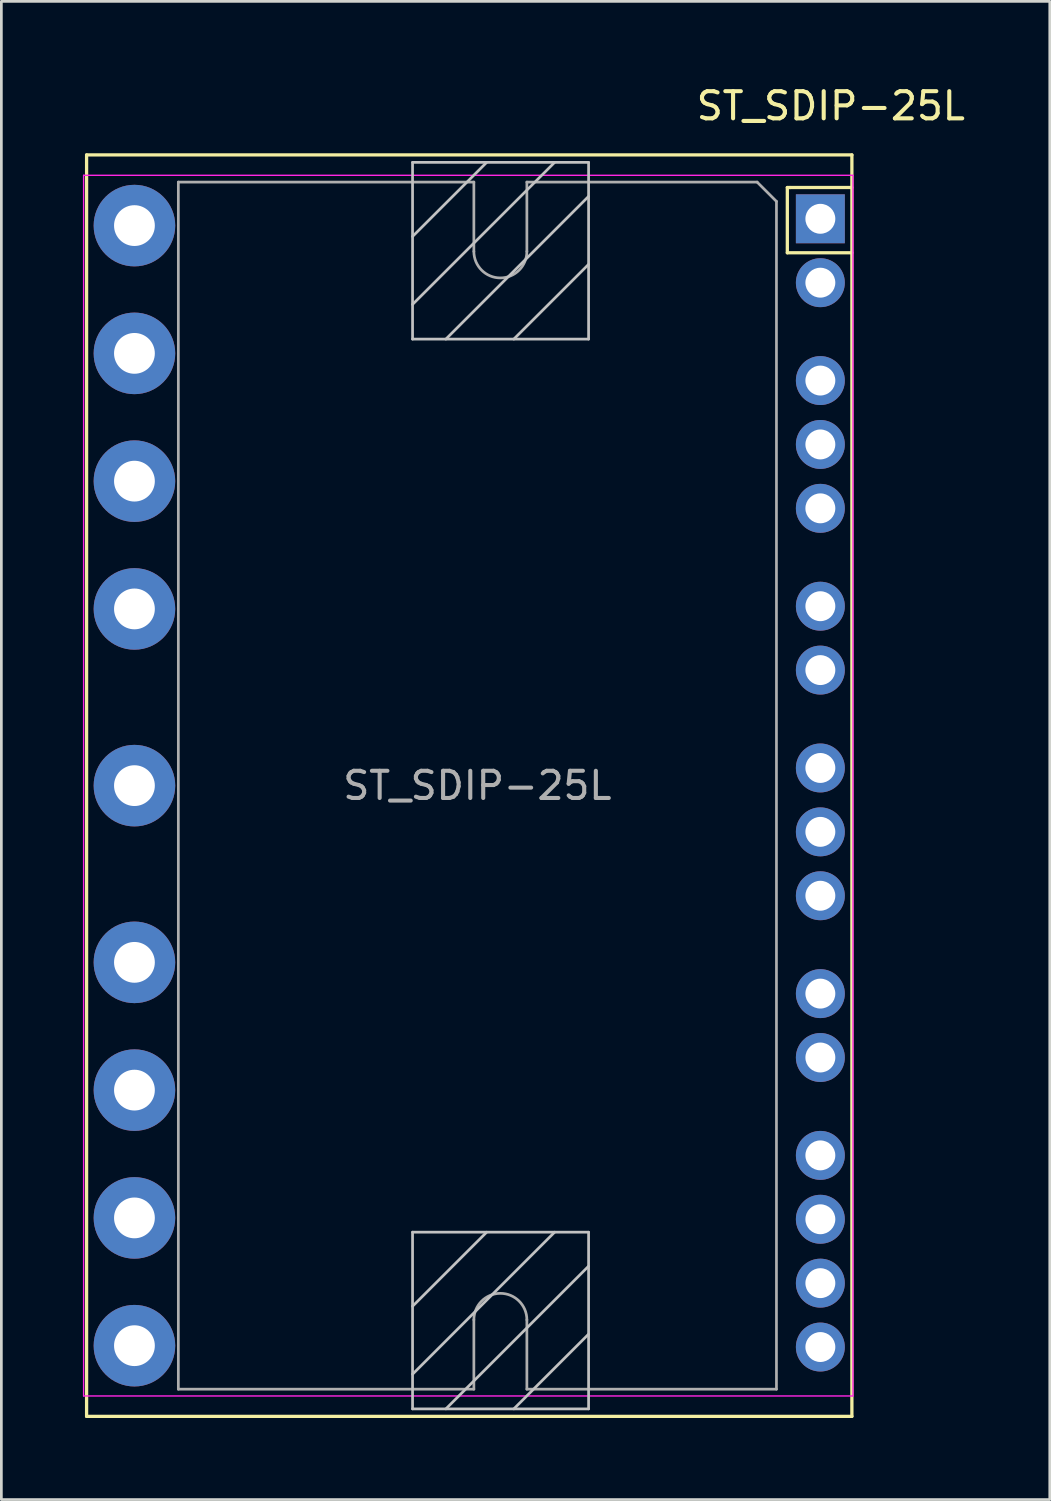
<source format=kicad_pcb>
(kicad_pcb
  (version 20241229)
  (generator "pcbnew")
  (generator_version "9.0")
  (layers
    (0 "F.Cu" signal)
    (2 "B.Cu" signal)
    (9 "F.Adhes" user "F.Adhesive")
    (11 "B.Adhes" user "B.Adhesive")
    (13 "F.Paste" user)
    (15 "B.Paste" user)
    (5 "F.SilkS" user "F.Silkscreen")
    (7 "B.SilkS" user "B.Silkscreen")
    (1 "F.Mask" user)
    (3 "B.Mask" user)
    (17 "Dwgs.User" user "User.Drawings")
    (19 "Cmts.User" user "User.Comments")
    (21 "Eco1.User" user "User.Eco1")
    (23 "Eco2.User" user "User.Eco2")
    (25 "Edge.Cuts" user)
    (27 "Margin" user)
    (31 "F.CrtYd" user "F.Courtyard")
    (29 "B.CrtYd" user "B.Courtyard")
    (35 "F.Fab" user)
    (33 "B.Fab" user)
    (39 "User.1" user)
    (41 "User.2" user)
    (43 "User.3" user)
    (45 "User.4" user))
  (footprint "ST_SDIP-25L"
    (layer "F.Cu")
    (at 27.125 4.998)
    (property "Reference" "ST_SDIP-25L" (at 0.385 -4.15 180) (layer "F.SilkS") (effects (font (size 1 1) (thickness 0.15))))
    (attr through_hole)
    (fp_line (start -26.99 -2.35) (end 1.16 -2.35) (stroke (width 0.12) (type solid)) (layer "F.SilkS"))
    (fp_line (start -26.99 44.05) (end -26.99 -2.35) (stroke (width 0.12) (type solid)) (layer "F.SilkS"))
    (fp_line (start -1.215 -1.15) (end -1.115 -1.15) (stroke (width 0.12) (type solid)) (layer "F.SilkS"))
    (fp_line (start -1.215 1.25) (end -1.215 -1.15) (stroke (width 0.12) (type solid)) (layer "F.SilkS"))
    (fp_line (start -1.115 -1.15) (end 1.16 -1.15) (stroke (width 0.12) (type solid)) (layer "F.SilkS"))
    (fp_line (start 1.16 -2.35) (end 1.16 44.05) (stroke (width 0.12) (type solid)) (layer "F.SilkS"))
    (fp_line (start 1.16 1.25) (end -1.215 1.25) (stroke (width 0.12) (type solid)) (layer "F.SilkS"))
    (fp_line (start 1.16 44.05) (end -26.99 44.05) (stroke (width 0.12) (type solid)) (layer "F.SilkS"))
    (fp_line (start -15 -2.075) (end -8.525 -2.075) (stroke (width 0.1) (type solid)) (layer "Dwgs.User"))
    (fp_line (start -15 0.65) (end -12.275 -2.075) (stroke (width 0.1) (type solid)) (layer "Dwgs.User"))
    (fp_line (start -15 3.15) (end -9.775 -2.075) (stroke (width 0.1) (type solid)) (layer "Dwgs.User"))
    (fp_line (start -15 4.425) (end -15 -2.075) (stroke (width 0.1) (type solid)) (layer "Dwgs.User"))
    (fp_line (start -15 37.275) (end -8.525 37.275) (stroke (width 0.1) (type solid)) (layer "Dwgs.User"))
    (fp_line (start -15 40) (end -12.275 37.275) (stroke (width 0.1) (type solid)) (layer "Dwgs.User"))
    (fp_line (start -15 42.5) (end -9.775 37.275) (stroke (width 0.1) (type solid)) (layer "Dwgs.User"))
    (fp_line (start -15 43.775) (end -15 37.275) (stroke (width 0.1) (type solid)) (layer "Dwgs.User"))
    (fp_line (start -13.775 4.425) (end -8.525 -0.825) (stroke (width 0.1) (type solid)) (layer "Dwgs.User"))
    (fp_line (start -13.775 43.775) (end -8.525 38.525) (stroke (width 0.1) (type solid)) (layer "Dwgs.User"))
    (fp_line (start -11.275 4.425) (end -8.525 1.675) (stroke (width 0.1) (type solid)) (layer "Dwgs.User"))
    (fp_line (start -11.275 43.775) (end -8.525 41.025) (stroke (width 0.1) (type solid)) (layer "Dwgs.User"))
    (fp_line (start -8.525 -2.075) (end -8.525 4.425) (stroke (width 0.1) (type solid)) (layer "Dwgs.User"))
    (fp_line (start -8.525 4.425) (end -15 4.425) (stroke (width 0.1) (type solid)) (layer "Dwgs.User"))
    (fp_line (start -8.525 37.275) (end -8.525 43.775) (stroke (width 0.1) (type solid)) (layer "Dwgs.User"))
    (fp_line (start -8.525 43.775) (end -15 43.775) (stroke (width 0.1) (type solid)) (layer "Dwgs.User"))
    (fp_line (start -27.1 -1.6) (end -27.1 43.3) (stroke (width 0.05) (type solid)) (layer "F.CrtYd"))
    (fp_line (start -27.1 -1.6) (end 1.2 -1.6) (stroke (width 0.05) (type solid)) (layer "F.CrtYd"))
    (fp_line (start -27.1 43.3) (end 1.2 43.3) (stroke (width 0.05) (type solid)) (layer "F.CrtYd"))
    (fp_line (start 1.2 -1.6) (end 1.2 43.3) (stroke (width 0.05) (type solid)) (layer "F.CrtYd"))
    (fp_line (start -23.615 -1.35) (end -23.615 43.05) (stroke (width 0.1) (type solid)) (layer "F.Fab"))
    (fp_line (start -12.745 -1.35) (end -23.615 -1.35) (stroke (width 0.1) (type solid)) (layer "F.Fab"))
    (fp_line (start -12.745 1.2) (end -12.745 -1.35) (stroke (width 0.1) (type solid)) (layer "F.Fab"))
    (fp_line (start -12.745 40.5) (end -12.745 43.05) (stroke (width 0.1) (type solid)) (layer "F.Fab"))
    (fp_line (start -12.745 43.05) (end -23.615 43.05) (stroke (width 0.1) (type solid)) (layer "F.Fab"))
    (fp_line (start -10.795 1.2) (end -10.795 -1.35) (stroke (width 0.1) (type solid)) (layer "F.Fab"))
    (fp_line (start -10.795 40.5) (end -10.795 43.05) (stroke (width 0.1) (type solid)) (layer "F.Fab"))
    (fp_line (start -2.325 -1.35) (end -10.795 -1.35) (stroke (width 0.1) (type solid)) (layer "F.Fab"))
    (fp_line (start -2.325 -1.35) (end -1.615 -0.64) (stroke (width 0.1) (type solid)) (layer "F.Fab"))
    (fp_line (start -1.615 43.05) (end -10.795 43.05) (stroke (width 0.1) (type solid)) (layer "F.Fab"))
    (fp_line (start -1.615 43.05) (end -1.615 -0.64) (stroke (width 0.1) (type solid)) (layer "F.Fab"))
    (fp_arc (start -12.745 40.5) (mid -11.77 39.525) (end -10.795 40.5) (stroke (width 0.1) (type solid)) (layer "F.Fab"))
    (fp_arc (start -10.795 1.2) (mid -11.77 2.175) (end -12.745 1.2) (stroke (width 0.1) (type solid)) (layer "F.Fab"))
    (fp_text user "${REFERENCE}" (at -12.615 20.849 180) (layer "F.Fab") (effects (font (size 1 1) (thickness 0.15))))
    (pad "1" thru_hole rect (at 0 0 270) (size 1.8 1.8) (drill 1.1) (layers "*.Cu" "*.Mask"))
    (pad "2" thru_hole circle (at 0 2.35 270) (size 1.8 1.8) (drill 1.1) (layers "*.Cu" "*.Mask"))
    (pad "3" thru_hole circle (at 0 5.95 270) (size 1.8 1.8) (drill 1.1) (layers "*.Cu" "*.Mask"))
    (pad "4" thru_hole circle (at 0 8.3 270) (size 1.8 1.8) (drill 1.1) (layers "*.Cu" "*.Mask"))
    (pad "5" thru_hole circle (at 0 10.65 270) (size 1.8 1.8) (drill 1.1) (layers "*.Cu" "*.Mask"))
    (pad "6" thru_hole circle (at 0 14.25 270) (size 1.8 1.8) (drill 1.1) (layers "*.Cu" "*.Mask"))
    (pad "7" thru_hole circle (at 0 16.6 270) (size 1.8 1.8) (drill 1.1) (layers "*.Cu" "*.Mask"))
    (pad "8" thru_hole circle (at 0 20.2 270) (size 1.8 1.8) (drill 1.1) (layers "*.Cu" "*.Mask"))
    (pad "9" thru_hole circle (at 0 22.55 270) (size 1.8 1.8) (drill 1.1) (layers "*.Cu" "*.Mask"))
    (pad "10" thru_hole circle (at 0 24.9 270) (size 1.8 1.8) (drill 1.1) (layers "*.Cu" "*.Mask"))
    (pad "11" thru_hole circle (at 0 28.5 270) (size 1.8 1.8) (drill 1.1) (layers "*.Cu" "*.Mask"))
    (pad "12" thru_hole circle (at 0 30.85 270) (size 1.8 1.8) (drill 1.1) (layers "*.Cu" "*.Mask"))
    (pad "13" thru_hole circle (at 0 34.45 270) (size 1.8 1.8) (drill 1.1) (layers "*.Cu" "*.Mask"))
    (pad "14" thru_hole circle (at 0 36.8 270) (size 1.8 1.8) (drill 1.1) (layers "*.Cu" "*.Mask"))
    (pad "15" thru_hole circle (at 0 39.15 270) (size 1.8 1.8) (drill 1.1) (layers "*.Cu" "*.Mask"))
    (pad "16" thru_hole circle (at 0 41.5 270) (size 1.8 1.8) (drill 1.1) (layers "*.Cu" "*.Mask"))
    (pad "17" thru_hole circle (at -25.23 41.45 270) (size 3 3) (drill 1.5) (layers "*.Cu" "*.Mask"))
    (pad "18" thru_hole circle (at -25.23 36.75 270) (size 3 3) (drill 1.5) (layers "*.Cu" "*.Mask"))
    (pad "19" thru_hole circle (at -25.23 32.05 270) (size 3 3) (drill 1.5) (layers "*.Cu" "*.Mask"))
    (pad "20" thru_hole circle (at -25.23 27.35 270) (size 3 3) (drill 1.5) (layers "*.Cu" "*.Mask"))
    (pad "21" thru_hole circle (at -25.23 20.85 270) (size 3 3) (drill 1.5) (layers "*.Cu" "*.Mask"))
    (pad "22" thru_hole circle (at -25.23 14.35 270) (size 3 3) (drill 1.5) (layers "*.Cu" "*.Mask"))
    (pad "23" thru_hole circle (at -25.23 9.65 270) (size 3 3) (drill 1.5) (layers "*.Cu" "*.Mask"))
    (pad "24" thru_hole circle (at -25.23 4.95 270) (size 3 3) (drill 1.5) (layers "*.Cu" "*.Mask"))
    (pad "25" thru_hole circle (at -25.23 0.25 270) (size 3 3) (drill 1.5) (layers "*.Cu" "*.Mask")))
  (gr_rect
    (start -3 -3)
    (end 35.564 52.108)
    (stroke (width 0.1) (type default))
    (fill no)
    (layer "Edge.Cuts")))
</source>
